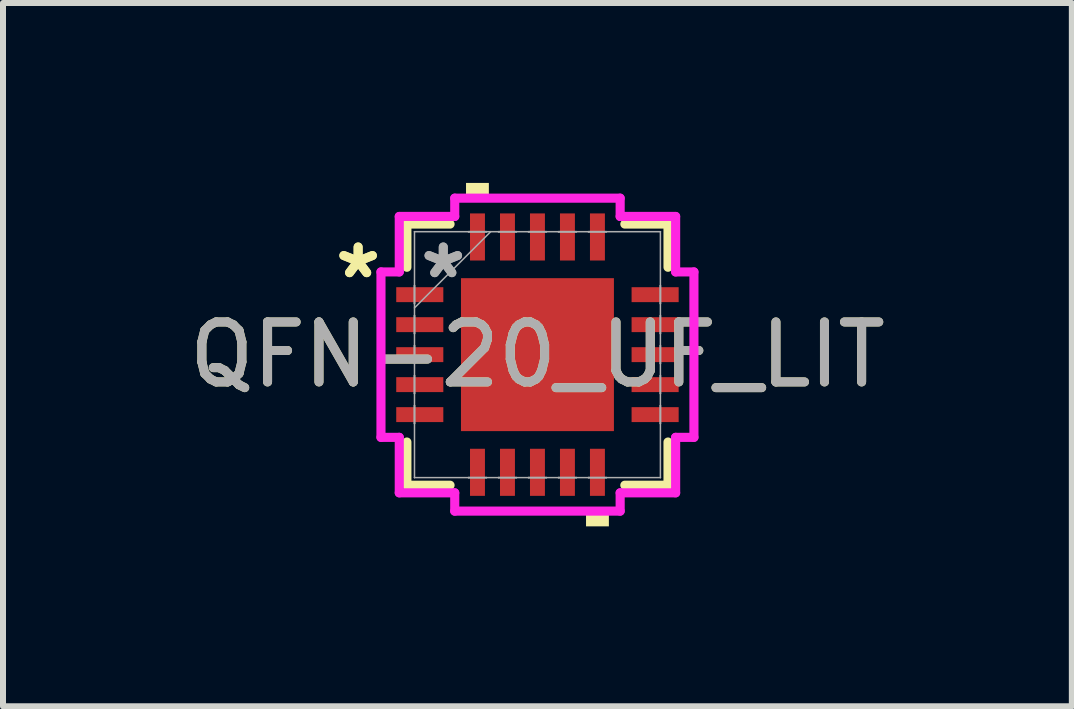
<source format=kicad_pcb>
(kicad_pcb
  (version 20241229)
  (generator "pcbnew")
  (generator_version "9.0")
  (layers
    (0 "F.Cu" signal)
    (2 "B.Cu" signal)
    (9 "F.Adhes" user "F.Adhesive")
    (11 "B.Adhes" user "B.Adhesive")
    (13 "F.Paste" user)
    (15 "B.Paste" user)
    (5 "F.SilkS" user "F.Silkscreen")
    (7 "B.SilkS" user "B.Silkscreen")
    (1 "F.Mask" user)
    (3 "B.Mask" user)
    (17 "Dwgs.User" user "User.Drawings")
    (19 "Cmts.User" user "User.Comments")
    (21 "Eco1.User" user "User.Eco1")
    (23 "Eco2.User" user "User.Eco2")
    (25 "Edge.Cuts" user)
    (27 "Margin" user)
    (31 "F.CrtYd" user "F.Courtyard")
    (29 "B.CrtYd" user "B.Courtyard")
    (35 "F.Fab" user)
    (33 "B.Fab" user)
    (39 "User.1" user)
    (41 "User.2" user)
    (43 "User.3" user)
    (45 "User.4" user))
  (footprint "QFN-20_UF_LIT"
    (layer "F.Cu")
    (at 5.911 2.863)
    (property "Reference" "QFN-20_UF_LIT" (at 0 0 0) (unlocked yes) (layer "F.SilkS") (effects (font (size 1 1) (thickness 0.15))))
    (attr smd)
    (fp_line (start -2.177 -2.177) (end -2.177 -1.457) (stroke (width 0.152) (type solid)) (layer "F.SilkS"))
    (fp_line (start -2.177 1.457) (end -2.177 2.177) (stroke (width 0.152) (type solid)) (layer "F.SilkS"))
    (fp_line (start -2.177 2.177) (end -1.457 2.177) (stroke (width 0.152) (type solid)) (layer "F.SilkS"))
    (fp_line (start -1.457 -2.177) (end -2.177 -2.177) (stroke (width 0.152) (type solid)) (layer "F.SilkS"))
    (fp_line (start 1.457 2.177) (end 2.177 2.177) (stroke (width 0.152) (type solid)) (layer "F.SilkS"))
    (fp_line (start 2.177 -2.177) (end 1.457 -2.177) (stroke (width 0.152) (type solid)) (layer "F.SilkS"))
    (fp_line (start 2.177 -1.457) (end 2.177 -2.177) (stroke (width 0.152) (type solid)) (layer "F.SilkS"))
    (fp_line (start 2.177 2.177) (end 2.177 1.457) (stroke (width 0.152) (type solid)) (layer "F.SilkS"))
    (fp_poly (pts (xy -1.191 -2.609) (xy -1.191 -2.863) (xy -0.81 -2.863) (xy -0.81 -2.609)) (stroke (width 0) (type solid)) (fill yes) (layer "F.SilkS"))
    (fp_poly (pts (xy 0.81 2.609) (xy 0.81 2.863) (xy 1.191 2.863) (xy 1.191 2.609)) (stroke (width 0) (type solid)) (fill yes) (layer "F.SilkS"))
    (fp_poly (pts (xy -1.175 -1.175) (xy -1.175 -0.1) (xy -0.1 -0.1) (xy -0.1 -1.175)) (stroke (width 0) (type solid)) (fill yes) (layer "F.Paste"))
    (fp_poly (pts (xy -1.175 0.1) (xy -1.175 1.175) (xy -0.1 1.175) (xy -0.1 0.1)) (stroke (width 0) (type solid)) (fill yes) (layer "F.Paste"))
    (fp_poly (pts (xy 0.1 -1.175) (xy 0.1 -0.1) (xy 1.175 -0.1) (xy 1.175 -1.175)) (stroke (width 0) (type solid)) (fill yes) (layer "F.Paste"))
    (fp_poly (pts (xy 0.1 0.1) (xy 0.1 1.175) (xy 1.175 1.175) (xy 1.175 0.1)) (stroke (width 0) (type solid)) (fill yes) (layer "F.Paste"))
    (fp_line (start -2.609 -1.379) (end -2.304 -1.379) (stroke (width 0.152) (type solid)) (layer "F.CrtYd"))
    (fp_line (start -2.609 1.379) (end -2.609 -1.379) (stroke (width 0.152) (type solid)) (layer "F.CrtYd"))
    (fp_line (start -2.304 -2.304) (end -1.379 -2.304) (stroke (width 0.152) (type solid)) (layer "F.CrtYd"))
    (fp_line (start -2.304 -1.379) (end -2.304 -2.304) (stroke (width 0.152) (type solid)) (layer "F.CrtYd"))
    (fp_line (start -2.304 1.379) (end -2.609 1.379) (stroke (width 0.152) (type solid)) (layer "F.CrtYd"))
    (fp_line (start -2.304 2.304) (end -2.304 1.379) (stroke (width 0.152) (type solid)) (layer "F.CrtYd"))
    (fp_line (start -1.379 -2.609) (end 1.379 -2.609) (stroke (width 0.152) (type solid)) (layer "F.CrtYd"))
    (fp_line (start -1.379 -2.304) (end -1.379 -2.609) (stroke (width 0.152) (type solid)) (layer "F.CrtYd"))
    (fp_line (start -1.379 2.304) (end -2.304 2.304) (stroke (width 0.152) (type solid)) (layer "F.CrtYd"))
    (fp_line (start -1.379 2.609) (end -1.379 2.304) (stroke (width 0.152) (type solid)) (layer "F.CrtYd"))
    (fp_line (start 1.379 -2.609) (end 1.379 -2.304) (stroke (width 0.152) (type solid)) (layer "F.CrtYd"))
    (fp_line (start 1.379 -2.304) (end 2.304 -2.304) (stroke (width 0.152) (type solid)) (layer "F.CrtYd"))
    (fp_line (start 1.379 2.304) (end 1.379 2.609) (stroke (width 0.152) (type solid)) (layer "F.CrtYd"))
    (fp_line (start 1.379 2.609) (end -1.379 2.609) (stroke (width 0.152) (type solid)) (layer "F.CrtYd"))
    (fp_line (start 2.304 -2.304) (end 2.304 -1.379) (stroke (width 0.152) (type solid)) (layer "F.CrtYd"))
    (fp_line (start 2.304 -1.379) (end 2.609 -1.379) (stroke (width 0.152) (type solid)) (layer "F.CrtYd"))
    (fp_line (start 2.304 1.379) (end 2.304 2.304) (stroke (width 0.152) (type solid)) (layer "F.CrtYd"))
    (fp_line (start 2.304 2.304) (end 1.379 2.304) (stroke (width 0.152) (type solid)) (layer "F.CrtYd"))
    (fp_line (start 2.609 -1.379) (end 2.609 1.379) (stroke (width 0.152) (type solid)) (layer "F.CrtYd"))
    (fp_line (start 2.609 1.379) (end 2.304 1.379) (stroke (width 0.152) (type solid)) (layer "F.CrtYd"))
    (fp_line (start -2.05 -2.05) (end -2.05 -2.05) (stroke (width 0.025) (type solid)) (layer "F.Fab"))
    (fp_line (start -2.05 -2.05) (end -2.05 2.05) (stroke (width 0.025) (type solid)) (layer "F.Fab"))
    (fp_line (start -2.05 -1.15) (end -2.05 -1.15) (stroke (width 0.025) (type solid)) (layer "F.Fab"))
    (fp_line (start -2.05 -1.15) (end -2.05 -0.85) (stroke (width 0.025) (type solid)) (layer "F.Fab"))
    (fp_line (start -2.05 -0.85) (end -2.05 -1.15) (stroke (width 0.025) (type solid)) (layer "F.Fab"))
    (fp_line (start -2.05 -0.85) (end -2.05 -0.85) (stroke (width 0.025) (type solid)) (layer "F.Fab"))
    (fp_line (start -2.05 -0.78) (end -0.78 -2.05) (stroke (width 0.025) (type solid)) (layer "F.Fab"))
    (fp_line (start -2.05 -0.65) (end -2.05 -0.65) (stroke (width 0.025) (type solid)) (layer "F.Fab"))
    (fp_line (start -2.05 -0.65) (end -2.05 -0.35) (stroke (width 0.025) (type solid)) (layer "F.Fab"))
    (fp_line (start -2.05 -0.35) (end -2.05 -0.65) (stroke (width 0.025) (type solid)) (layer "F.Fab"))
    (fp_line (start -2.05 -0.35) (end -2.05 -0.35) (stroke (width 0.025) (type solid)) (layer "F.Fab"))
    (fp_line (start -2.05 -0.15) (end -2.05 -0.15) (stroke (width 0.025) (type solid)) (layer "F.Fab"))
    (fp_line (start -2.05 -0.15) (end -2.05 0.15) (stroke (width 0.025) (type solid)) (layer "F.Fab"))
    (fp_line (start -2.05 0.15) (end -2.05 -0.15) (stroke (width 0.025) (type solid)) (layer "F.Fab"))
    (fp_line (start -2.05 0.15) (end -2.05 0.15) (stroke (width 0.025) (type solid)) (layer "F.Fab"))
    (fp_line (start -2.05 0.35) (end -2.05 0.35) (stroke (width 0.025) (type solid)) (layer "F.Fab"))
    (fp_line (start -2.05 0.35) (end -2.05 0.65) (stroke (width 0.025) (type solid)) (layer "F.Fab"))
    (fp_line (start -2.05 0.65) (end -2.05 0.35) (stroke (width 0.025) (type solid)) (layer "F.Fab"))
    (fp_line (start -2.05 0.65) (end -2.05 0.65) (stroke (width 0.025) (type solid)) (layer "F.Fab"))
    (fp_line (start -2.05 0.85) (end -2.05 0.85) (stroke (width 0.025) (type solid)) (layer "F.Fab"))
    (fp_line (start -2.05 0.85) (end -2.05 1.15) (stroke (width 0.025) (type solid)) (layer "F.Fab"))
    (fp_line (start -2.05 1.15) (end -2.05 0.85) (stroke (width 0.025) (type solid)) (layer "F.Fab"))
    (fp_line (start -2.05 1.15) (end -2.05 1.15) (stroke (width 0.025) (type solid)) (layer "F.Fab"))
    (fp_line (start -2.05 2.05) (end -2.05 2.05) (stroke (width 0.025) (type solid)) (layer "F.Fab"))
    (fp_line (start -2.05 2.05) (end 2.05 2.05) (stroke (width 0.025) (type solid)) (layer "F.Fab"))
    (fp_line (start -1.15 -2.05) (end -1.15 -2.05) (stroke (width 0.025) (type solid)) (layer "F.Fab"))
    (fp_line (start -1.15 -2.05) (end -0.85 -2.05) (stroke (width 0.025) (type solid)) (layer "F.Fab"))
    (fp_line (start -1.15 2.05) (end -1.15 2.05) (stroke (width 0.025) (type solid)) (layer "F.Fab"))
    (fp_line (start -1.15 2.05) (end -0.85 2.05) (stroke (width 0.025) (type solid)) (layer "F.Fab"))
    (fp_line (start -0.85 -2.05) (end -1.15 -2.05) (stroke (width 0.025) (type solid)) (layer "F.Fab"))
    (fp_line (start -0.85 -2.05) (end -0.85 -2.05) (stroke (width 0.025) (type solid)) (layer "F.Fab"))
    (fp_line (start -0.85 2.05) (end -1.15 2.05) (stroke (width 0.025) (type solid)) (layer "F.Fab"))
    (fp_line (start -0.85 2.05) (end -0.85 2.05) (stroke (width 0.025) (type solid)) (layer "F.Fab"))
    (fp_line (start -0.65 -2.05) (end -0.65 -2.05) (stroke (width 0.025) (type solid)) (layer "F.Fab"))
    (fp_line (start -0.65 -2.05) (end -0.35 -2.05) (stroke (width 0.025) (type solid)) (layer "F.Fab"))
    (fp_line (start -0.65 2.05) (end -0.65 2.05) (stroke (width 0.025) (type solid)) (layer "F.Fab"))
    (fp_line (start -0.65 2.05) (end -0.35 2.05) (stroke (width 0.025) (type solid)) (layer "F.Fab"))
    (fp_line (start -0.35 -2.05) (end -0.65 -2.05) (stroke (width 0.025) (type solid)) (layer "F.Fab"))
    (fp_line (start -0.35 -2.05) (end -0.35 -2.05) (stroke (width 0.025) (type solid)) (layer "F.Fab"))
    (fp_line (start -0.35 2.05) (end -0.65 2.05) (stroke (width 0.025) (type solid)) (layer "F.Fab"))
    (fp_line (start -0.35 2.05) (end -0.35 2.05) (stroke (width 0.025) (type solid)) (layer "F.Fab"))
    (fp_line (start -0.15 -2.05) (end -0.15 -2.05) (stroke (width 0.025) (type solid)) (layer "F.Fab"))
    (fp_line (start -0.15 -2.05) (end 0.15 -2.05) (stroke (width 0.025) (type solid)) (layer "F.Fab"))
    (fp_line (start -0.15 2.05) (end -0.15 2.05) (stroke (width 0.025) (type solid)) (layer "F.Fab"))
    (fp_line (start -0.15 2.05) (end 0.15 2.05) (stroke (width 0.025) (type solid)) (layer "F.Fab"))
    (fp_line (start 0.15 -2.05) (end -0.15 -2.05) (stroke (width 0.025) (type solid)) (layer "F.Fab"))
    (fp_line (start 0.15 -2.05) (end 0.15 -2.05) (stroke (width 0.025) (type solid)) (layer "F.Fab"))
    (fp_line (start 0.15 2.05) (end -0.15 2.05) (stroke (width 0.025) (type solid)) (layer "F.Fab"))
    (fp_line (start 0.15 2.05) (end 0.15 2.05) (stroke (width 0.025) (type solid)) (layer "F.Fab"))
    (fp_line (start 0.35 -2.05) (end 0.35 -2.05) (stroke (width 0.025) (type solid)) (layer "F.Fab"))
    (fp_line (start 0.35 -2.05) (end 0.65 -2.05) (stroke (width 0.025) (type solid)) (layer "F.Fab"))
    (fp_line (start 0.35 2.05) (end 0.35 2.05) (stroke (width 0.025) (type solid)) (layer "F.Fab"))
    (fp_line (start 0.35 2.05) (end 0.65 2.05) (stroke (width 0.025) (type solid)) (layer "F.Fab"))
    (fp_line (start 0.65 -2.05) (end 0.35 -2.05) (stroke (width 0.025) (type solid)) (layer "F.Fab"))
    (fp_line (start 0.65 -2.05) (end 0.65 -2.05) (stroke (width 0.025) (type solid)) (layer "F.Fab"))
    (fp_line (start 0.65 2.05) (end 0.35 2.05) (stroke (width 0.025) (type solid)) (layer "F.Fab"))
    (fp_line (start 0.65 2.05) (end 0.65 2.05) (stroke (width 0.025) (type solid)) (layer "F.Fab"))
    (fp_line (start 0.85 -2.05) (end 0.85 -2.05) (stroke (width 0.025) (type solid)) (layer "F.Fab"))
    (fp_line (start 0.85 -2.05) (end 1.15 -2.05) (stroke (width 0.025) (type solid)) (layer "F.Fab"))
    (fp_line (start 0.85 2.05) (end 0.85 2.05) (stroke (width 0.025) (type solid)) (layer "F.Fab"))
    (fp_line (start 0.85 2.05) (end 1.15 2.05) (stroke (width 0.025) (type solid)) (layer "F.Fab"))
    (fp_line (start 1.15 -2.05) (end 0.85 -2.05) (stroke (width 0.025) (type solid)) (layer "F.Fab"))
    (fp_line (start 1.15 -2.05) (end 1.15 -2.05) (stroke (width 0.025) (type solid)) (layer "F.Fab"))
    (fp_line (start 1.15 2.05) (end 0.85 2.05) (stroke (width 0.025) (type solid)) (layer "F.Fab"))
    (fp_line (start 1.15 2.05) (end 1.15 2.05) (stroke (width 0.025) (type solid)) (layer "F.Fab"))
    (fp_line (start 2.05 -2.05) (end -2.05 -2.05) (stroke (width 0.025) (type solid)) (layer "F.Fab"))
    (fp_line (start 2.05 -2.05) (end 2.05 -2.05) (stroke (width 0.025) (type solid)) (layer "F.Fab"))
    (fp_line (start 2.05 -1.15) (end 2.05 -1.15) (stroke (width 0.025) (type solid)) (layer "F.Fab"))
    (fp_line (start 2.05 -1.15) (end 2.05 -0.85) (stroke (width 0.025) (type solid)) (layer "F.Fab"))
    (fp_line (start 2.05 -0.85) (end 2.05 -1.15) (stroke (width 0.025) (type solid)) (layer "F.Fab"))
    (fp_line (start 2.05 -0.85) (end 2.05 -0.85) (stroke (width 0.025) (type solid)) (layer "F.Fab"))
    (fp_line (start 2.05 -0.65) (end 2.05 -0.65) (stroke (width 0.025) (type solid)) (layer "F.Fab"))
    (fp_line (start 2.05 -0.65) (end 2.05 -0.35) (stroke (width 0.025) (type solid)) (layer "F.Fab"))
    (fp_line (start 2.05 -0.35) (end 2.05 -0.65) (stroke (width 0.025) (type solid)) (layer "F.Fab"))
    (fp_line (start 2.05 -0.35) (end 2.05 -0.35) (stroke (width 0.025) (type solid)) (layer "F.Fab"))
    (fp_line (start 2.05 -0.15) (end 2.05 -0.15) (stroke (width 0.025) (type solid)) (layer "F.Fab"))
    (fp_line (start 2.05 -0.15) (end 2.05 0.15) (stroke (width 0.025) (type solid)) (layer "F.Fab"))
    (fp_line (start 2.05 0.15) (end 2.05 -0.15) (stroke (width 0.025) (type solid)) (layer "F.Fab"))
    (fp_line (start 2.05 0.15) (end 2.05 0.15) (stroke (width 0.025) (type solid)) (layer "F.Fab"))
    (fp_line (start 2.05 0.35) (end 2.05 0.35) (stroke (width 0.025) (type solid)) (layer "F.Fab"))
    (fp_line (start 2.05 0.35) (end 2.05 0.65) (stroke (width 0.025) (type solid)) (layer "F.Fab"))
    (fp_line (start 2.05 0.65) (end 2.05 0.35) (stroke (width 0.025) (type solid)) (layer "F.Fab"))
    (fp_line (start 2.05 0.65) (end 2.05 0.65) (stroke (width 0.025) (type solid)) (layer "F.Fab"))
    (fp_line (start 2.05 0.85) (end 2.05 0.85) (stroke (width 0.025) (type solid)) (layer "F.Fab"))
    (fp_line (start 2.05 0.85) (end 2.05 1.15) (stroke (width 0.025) (type solid)) (layer "F.Fab"))
    (fp_line (start 2.05 1.15) (end 2.05 0.85) (stroke (width 0.025) (type solid)) (layer "F.Fab"))
    (fp_line (start 2.05 1.15) (end 2.05 1.15) (stroke (width 0.025) (type solid)) (layer "F.Fab"))
    (fp_line (start 2.05 2.05) (end 2.05 -2.05) (stroke (width 0.025) (type solid)) (layer "F.Fab"))
    (fp_line (start 2.05 2.05) (end 2.05 2.05) (stroke (width 0.025) (type solid)) (layer "F.Fab"))
    (fp_text user "*" (at -2.99 -1.25 0) (unlocked yes) (layer "F.SilkS") (effects (font (size 1 1) (thickness 0.15))))
    (fp_text user "*" (at -2.99 -1.25 0) (layer "F.SilkS") (effects (font (size 1 1) (thickness 0.15))))
    (fp_text user "*" (at -1.57 -1.25 0) (unlocked yes) (layer "F.Fab") (effects (font (size 1 1) (thickness 0.15))))
    (fp_text user "*" (at -1.57 -1.25 0) (layer "F.Fab") (effects (font (size 1 1) (thickness 0.15))))
    (fp_text user "${REFERENCE}" (at 0 0 0) (unlocked yes) (layer "F.Fab") (effects (font (size 1 1) (thickness 0.15))))
    (pad "1" smd rect (at -1.962 -1 90) (size 0.249 0.785) (layers "F.Cu" "F.Mask" "F.Paste"))
    (pad "2" smd rect (at -1.962 -0.5 90) (size 0.249 0.785) (layers "F.Cu" "F.Mask" "F.Paste"))
    (pad "3" smd rect (at -1.962 0 90) (size 0.249 0.785) (layers "F.Cu" "F.Mask" "F.Paste"))
    (pad "4" smd rect (at -1.962 0.5 90) (size 0.249 0.785) (layers "F.Cu" "F.Mask" "F.Paste"))
    (pad "5" smd rect (at -1.962 1 90) (size 0.249 0.785) (layers "F.Cu" "F.Mask" "F.Paste"))
    (pad "6" smd rect (at -1 1.962) (size 0.249 0.785) (layers "F.Cu" "F.Mask" "F.Paste"))
    (pad "7" smd rect (at -0.5 1.962) (size 0.249 0.785) (layers "F.Cu" "F.Mask" "F.Paste"))
    (pad "8" smd rect (at 0 1.962) (size 0.249 0.785) (layers "F.Cu" "F.Mask" "F.Paste"))
    (pad "9" smd rect (at 0.5 1.962) (size 0.249 0.785) (layers "F.Cu" "F.Mask" "F.Paste"))
    (pad "10" smd rect (at 1 1.962) (size 0.249 0.785) (layers "F.Cu" "F.Mask" "F.Paste"))
    (pad "11" smd rect (at 1.962 1 90) (size 0.249 0.785) (layers "F.Cu" "F.Mask" "F.Paste"))
    (pad "12" smd rect (at 1.962 0.5 90) (size 0.249 0.785) (layers "F.Cu" "F.Mask" "F.Paste"))
    (pad "13" smd rect (at 1.962 0 90) (size 0.249 0.785) (layers "F.Cu" "F.Mask" "F.Paste"))
    (pad "14" smd rect (at 1.962 -0.5 90) (size 0.249 0.785) (layers "F.Cu" "F.Mask" "F.Paste"))
    (pad "15" smd rect (at 1.962 -1 90) (size 0.249 0.785) (layers "F.Cu" "F.Mask" "F.Paste"))
    (pad "16" smd rect (at 1 -1.962) (size 0.249 0.785) (layers "F.Cu" "F.Mask" "F.Paste"))
    (pad "17" smd rect (at 0.5 -1.962) (size 0.249 0.785) (layers "F.Cu" "F.Mask" "F.Paste"))
    (pad "18" smd rect (at 0 -1.962) (size 0.249 0.785) (layers "F.Cu" "F.Mask" "F.Paste"))
    (pad "19" smd rect (at -0.5 -1.962) (size 0.249 0.785) (layers "F.Cu" "F.Mask" "F.Paste"))
    (pad "20" smd rect (at -1 -1.962) (size 0.249 0.785) (layers "F.Cu" "F.Mask" "F.Paste"))
    (pad "21" smd rect (at 0 0) (size 2.55 2.55) (layers "F.Cu" "F.Mask")))
  (gr_rect
    (start -3 -3)
    (end 14.821 8.726)
    (stroke (width 0.1) (type default))
    (fill no)
    (layer "Edge.Cuts")))
</source>
